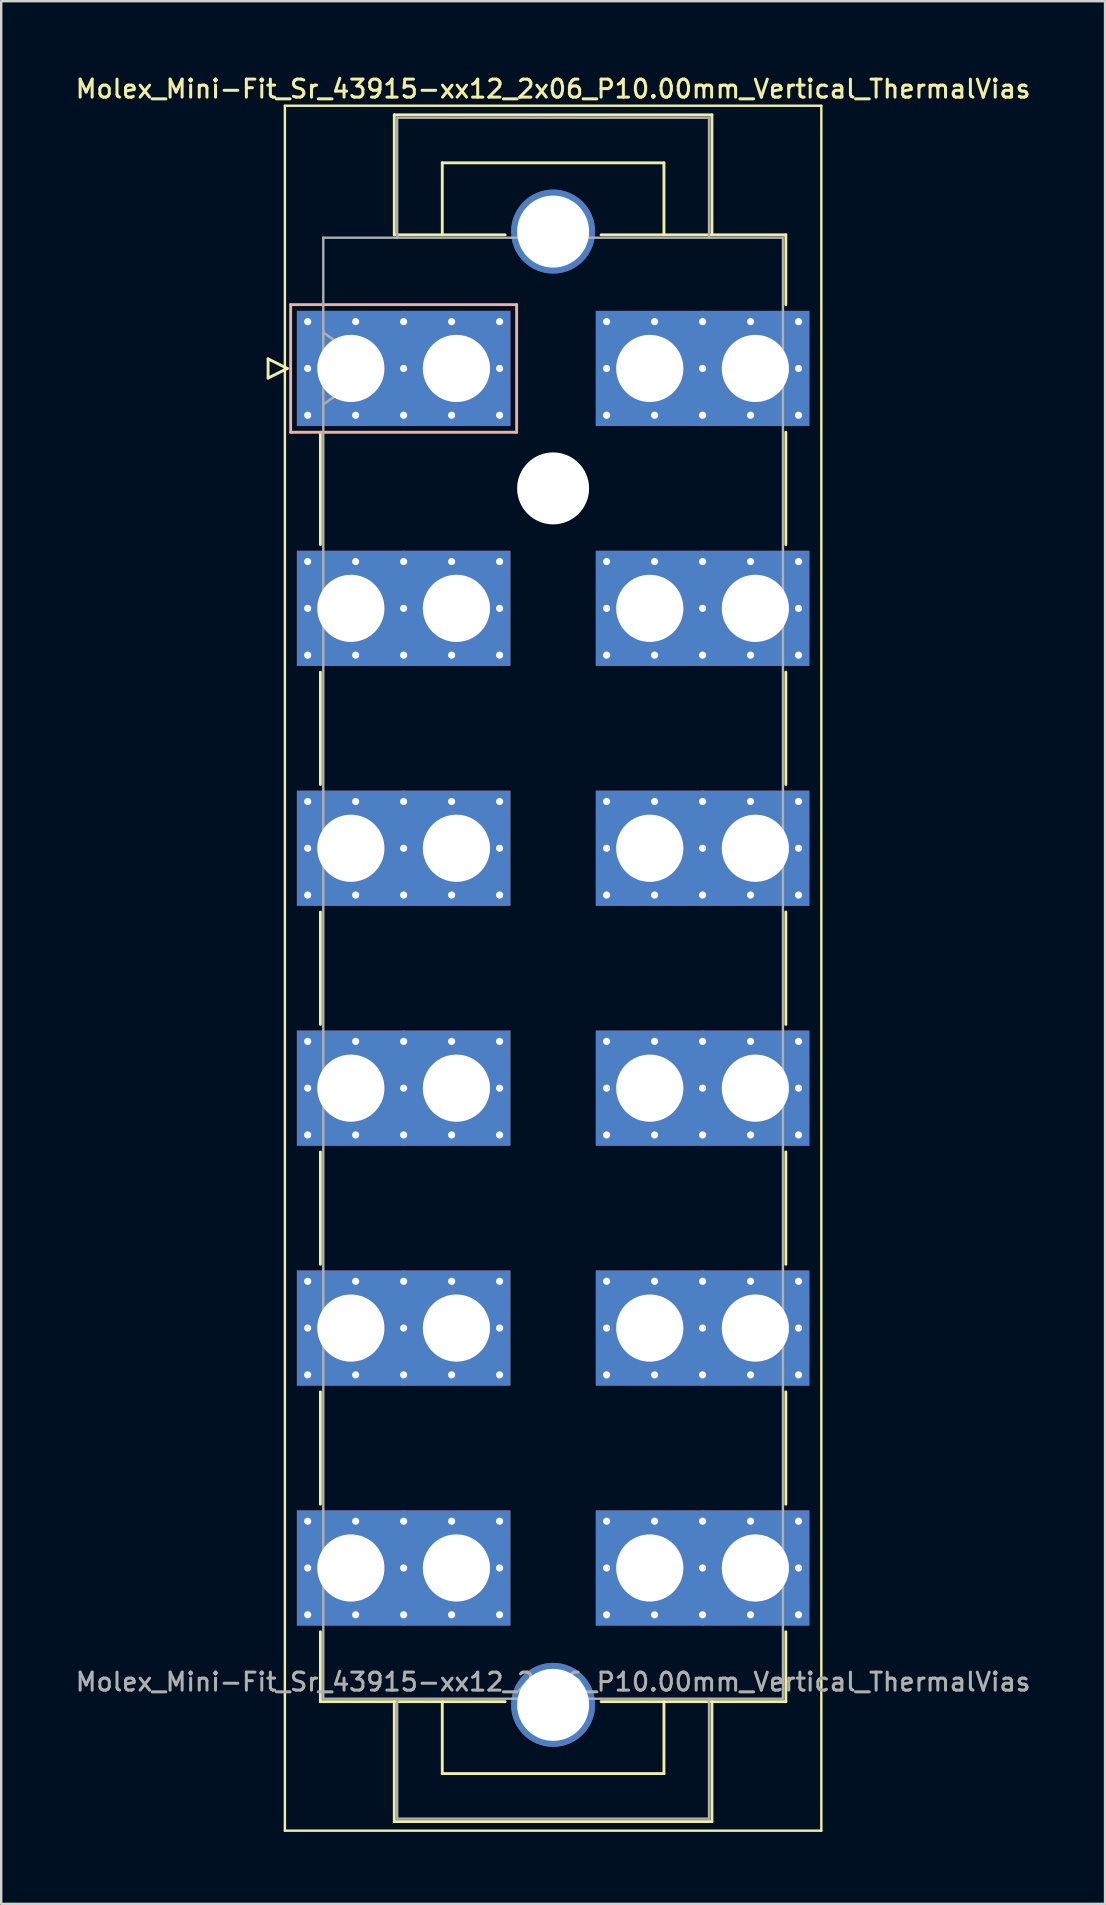
<source format=kicad_pcb>
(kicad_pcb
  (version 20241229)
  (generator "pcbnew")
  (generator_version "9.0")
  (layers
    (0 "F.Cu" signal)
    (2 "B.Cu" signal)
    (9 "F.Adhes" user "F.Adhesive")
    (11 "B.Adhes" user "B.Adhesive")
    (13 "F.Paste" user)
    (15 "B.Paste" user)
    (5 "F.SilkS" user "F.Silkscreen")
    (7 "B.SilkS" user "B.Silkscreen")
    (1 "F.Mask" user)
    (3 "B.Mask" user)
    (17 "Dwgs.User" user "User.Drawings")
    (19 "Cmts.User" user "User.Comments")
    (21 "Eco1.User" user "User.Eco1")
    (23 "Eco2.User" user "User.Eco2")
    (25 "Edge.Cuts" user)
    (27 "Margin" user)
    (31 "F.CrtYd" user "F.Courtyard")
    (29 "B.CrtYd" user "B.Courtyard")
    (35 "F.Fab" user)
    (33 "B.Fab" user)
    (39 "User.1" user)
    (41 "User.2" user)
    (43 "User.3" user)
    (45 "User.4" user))
  (footprint "Molex_Mini-Fit_Sr_43915-xx12_2x06_P10.00mm_Vertical_ThermalVias"
    (layer "F.Cu")
    (at 11.575 12.308)
    (property "Reference" "Molex_Mini-Fit_Sr_43915-xx12_2x06_P10.00mm_Vertical_ThermalVias" (at 8.43 -11.65 0) (layer "F.SilkS") (effects (font (size 0.75 0.75) (thickness 0.125))))
    (attr through_hole)
    (fp_line (start -3.45 -0.4) (end -3.45 0.4) (stroke (width 0.12) (type solid)) (layer "F.SilkS"))
    (fp_line (start -3.45 0.4) (end -2.65 0) (stroke (width 0.12) (type solid)) (layer "F.SilkS"))
    (fp_line (start -2.75 -10.95) (end -2.75 60.95) (stroke (width 0.1) (type solid)) (layer "F.SilkS"))
    (fp_line (start -2.75 60.95) (end 19.61 60.95) (stroke (width 0.1) (type solid)) (layer "F.SilkS"))
    (fp_line (start -2.65 0) (end -3.45 -0.4) (stroke (width 0.12) (type solid)) (layer "F.SilkS"))
    (fp_line (start -1.27 2.66) (end -1.27 7.34) (stroke (width 0.12) (type solid)) (layer "F.SilkS"))
    (fp_line (start -1.27 12.66) (end -1.27 17.34) (stroke (width 0.12) (type solid)) (layer "F.SilkS"))
    (fp_line (start -1.27 22.66) (end -1.27 27.34) (stroke (width 0.12) (type solid)) (layer "F.SilkS"))
    (fp_line (start -1.27 32.66) (end -1.27 37.34) (stroke (width 0.12) (type solid)) (layer "F.SilkS"))
    (fp_line (start -1.27 42.66) (end -1.27 47.34) (stroke (width 0.12) (type solid)) (layer "F.SilkS"))
    (fp_line (start -1.27 52.66) (end -1.27 55.57) (stroke (width 0.12) (type solid)) (layer "F.SilkS"))
    (fp_line (start -1.27 55.57) (end 6.43 55.57) (stroke (width 0.12) (type solid)) (layer "F.SilkS"))
    (fp_line (start 1.81 -10.57) (end 15.05 -10.57) (stroke (width 0.12) (type solid)) (layer "F.SilkS"))
    (fp_line (start 1.81 -5.57) (end 1.81 -10.57) (stroke (width 0.12) (type solid)) (layer "F.SilkS"))
    (fp_line (start 1.81 55.57) (end 1.81 60.57) (stroke (width 0.12) (type solid)) (layer "F.SilkS"))
    (fp_line (start 1.81 60.57) (end 15.05 60.57) (stroke (width 0.12) (type solid)) (layer "F.SilkS"))
    (fp_line (start 3.81 -8.57) (end 13.05 -8.57) (stroke (width 0.12) (type solid)) (layer "F.SilkS"))
    (fp_line (start 3.81 -5.57) (end 3.81 -8.57) (stroke (width 0.12) (type solid)) (layer "F.SilkS"))
    (fp_line (start 3.81 55.57) (end 3.81 58.57) (stroke (width 0.12) (type solid)) (layer "F.SilkS"))
    (fp_line (start 3.81 58.57) (end 13.05 58.57) (stroke (width 0.12) (type solid)) (layer "F.SilkS"))
    (fp_line (start 6.43 -5.57) (end 1.81 -5.57) (stroke (width 0.12) (type solid)) (layer "F.SilkS"))
    (fp_line (start 13.05 -8.57) (end 13.05 -5.57) (stroke (width 0.12) (type solid)) (layer "F.SilkS"))
    (fp_line (start 13.05 58.57) (end 13.05 55.57) (stroke (width 0.12) (type solid)) (layer "F.SilkS"))
    (fp_line (start 15.05 -10.57) (end 15.05 -5.57) (stroke (width 0.12) (type solid)) (layer "F.SilkS"))
    (fp_line (start 15.05 60.57) (end 15.05 55.57) (stroke (width 0.12) (type solid)) (layer "F.SilkS"))
    (fp_line (start 18.13 -5.57) (end 10.43 -5.57) (stroke (width 0.12) (type solid)) (layer "F.SilkS"))
    (fp_line (start 18.13 -2.66) (end 18.13 -5.57) (stroke (width 0.12) (type solid)) (layer "F.SilkS"))
    (fp_line (start 18.13 2.66) (end 18.13 7.34) (stroke (width 0.12) (type solid)) (layer "F.SilkS"))
    (fp_line (start 18.13 12.66) (end 18.13 17.34) (stroke (width 0.12) (type solid)) (layer "F.SilkS"))
    (fp_line (start 18.13 22.66) (end 18.13 27.34) (stroke (width 0.12) (type solid)) (layer "F.SilkS"))
    (fp_line (start 18.13 32.66) (end 18.13 37.34) (stroke (width 0.12) (type solid)) (layer "F.SilkS"))
    (fp_line (start 18.13 42.66) (end 18.13 47.34) (stroke (width 0.12) (type solid)) (layer "F.SilkS"))
    (fp_line (start 18.13 52.66) (end 18.13 55.57) (stroke (width 0.12) (type solid)) (layer "F.SilkS"))
    (fp_line (start 18.13 55.57) (end 10.43 55.57) (stroke (width 0.12) (type solid)) (layer "F.SilkS"))
    (fp_line (start 19.61 -10.95) (end -2.75 -10.95) (stroke (width 0.1) (type solid)) (layer "F.SilkS"))
    (fp_line (start 19.61 60.95) (end 19.61 -10.95) (stroke (width 0.1) (type solid)) (layer "F.SilkS"))
    (fp_line (start -2.51 -2.66) (end -2.51 2.66) (stroke (width 0.12) (type solid)) (layer "B.SilkS"))
    (fp_line (start -2.51 2.66) (end 6.91 2.66) (stroke (width 0.12) (type solid)) (layer "B.SilkS"))
    (fp_line (start 6.91 -2.66) (end -2.51 -2.66) (stroke (width 0.12) (type solid)) (layer "B.SilkS"))
    (fp_line (start 6.91 2.66) (end 6.91 -2.66) (stroke (width 0.12) (type solid)) (layer "B.SilkS"))
    (fp_line (start -1.15 -5.45) (end -1.15 55.45) (stroke (width 0.1) (type solid)) (layer "F.Fab"))
    (fp_line (start -1.15 -1.5) (end 0.971 0) (stroke (width 0.1) (type solid)) (layer "F.Fab"))
    (fp_line (start -1.15 55.45) (end 18.01 55.45) (stroke (width 0.1) (type solid)) (layer "F.Fab"))
    (fp_line (start 0.971 0) (end -1.15 1.5) (stroke (width 0.1) (type solid)) (layer "F.Fab"))
    (fp_line (start 1.93 -10.45) (end 14.93 -10.45) (stroke (width 0.1) (type solid)) (layer "F.Fab"))
    (fp_line (start 1.93 -5.45) (end 1.93 -10.45) (stroke (width 0.1) (type solid)) (layer "F.Fab"))
    (fp_line (start 1.93 55.45) (end 1.93 60.45) (stroke (width 0.1) (type solid)) (layer "F.Fab"))
    (fp_line (start 1.93 60.45) (end 14.93 60.45) (stroke (width 0.1) (type solid)) (layer "F.Fab"))
    (fp_line (start 14.93 -10.45) (end 14.93 -5.45) (stroke (width 0.1) (type solid)) (layer "F.Fab"))
    (fp_line (start 14.93 60.45) (end 14.93 55.45) (stroke (width 0.1) (type solid)) (layer "F.Fab"))
    (fp_line (start 18.01 -5.45) (end -1.15 -5.45) (stroke (width 0.1) (type solid)) (layer "F.Fab"))
    (fp_line (start 18.01 55.45) (end 18.01 -5.45) (stroke (width 0.1) (type solid)) (layer "F.Fab"))
    (fp_text user "${REFERENCE}" (at 8.43 54.75 0) (layer "F.Fab") (effects (font (size 0.75 0.75) (thickness 0.125))))
    (pad "" thru_hole circle (at 8.43 -5.705) (size 3.5 3.5) (drill 3) (layers "*.Cu" "*.Mask"))
    (pad "" np_thru_hole circle (at 8.43 5) (size 3 3) (drill 3) (layers "*.Cu" "*.Mask"))
    (pad "" thru_hole circle (at 8.43 55.705) (size 3.5 3.5) (drill 3) (layers "*.Cu" "*.Mask"))
    (pad "1" thru_hole roundrect (at -1.8 -1.95) (size 0.6 0.6) (drill 0.3) (layers "*.Cu" "*.Mask") (roundrect_rratio 0.25))
    (pad "1" thru_hole roundrect (at -1.8 0) (size 0.6 0.6) (drill 0.3) (layers "*.Cu" "*.Mask") (roundrect_rratio 0.25))
    (pad "1" thru_hole roundrect (at -1.8 1.95) (size 0.6 0.6) (drill 0.3) (layers "*.Cu" "*.Mask") (roundrect_rratio 0.25))
    (pad "1" thru_hole rect (at 0 0) (size 4.5 4.8) (drill 2.8) (layers "*.Cu" "*.Mask"))
    (pad "1" thru_hole roundrect (at 0.2 -1.95) (size 0.6 0.6) (drill 0.3) (layers "*.Cu" "*.Mask") (roundrect_rratio 0.25))
    (pad "1" thru_hole roundrect (at 0.2 1.95) (size 0.6 0.6) (drill 0.3) (layers "*.Cu" "*.Mask") (roundrect_rratio 0.25))
    (pad "1" thru_hole roundrect (at 2.2 -1.95) (size 0.6 0.6) (drill 0.3) (layers "*.Cu" "*.Mask") (roundrect_rratio 0.25))
    (pad "1" thru_hole roundrect (at 2.2 0) (size 0.6 0.6) (drill 0.3) (layers "*.Cu" "*.Mask") (roundrect_rratio 0.25))
    (pad "1" thru_hole roundrect (at 2.2 1.95) (size 0.6 0.6) (drill 0.3) (layers "*.Cu" "*.Mask") (roundrect_rratio 0.25))
    (pad "1" thru_hole roundrect (at 4.2 -1.95) (size 0.6 0.6) (drill 0.3) (layers "*.Cu" "*.Mask") (roundrect_rratio 0.25))
    (pad "1" thru_hole roundrect (at 4.2 1.95) (size 0.6 0.6) (drill 0.3) (layers "*.Cu" "*.Mask") (roundrect_rratio 0.25))
    (pad "1" thru_hole rect (at 4.4 0) (size 4.5 4.8) (drill 2.8) (layers "*.Cu" "*.Mask"))
    (pad "1" thru_hole roundrect (at 6.2 -1.95) (size 0.6 0.6) (drill 0.3) (layers "*.Cu" "*.Mask") (roundrect_rratio 0.25))
    (pad "1" thru_hole roundrect (at 6.2 0) (size 0.6 0.6) (drill 0.3) (layers "*.Cu" "*.Mask") (roundrect_rratio 0.25))
    (pad "1" thru_hole roundrect (at 6.2 1.95) (size 0.6 0.6) (drill 0.3) (layers "*.Cu" "*.Mask") (roundrect_rratio 0.25))
    (pad "2" thru_hole circle (at -1.8 8.05) (size 0.6 0.6) (drill 0.3) (layers "*.Cu" "*.Mask"))
    (pad "2" thru_hole circle (at -1.8 10) (size 0.6 0.6) (drill 0.3) (layers "*.Cu" "*.Mask"))
    (pad "2" thru_hole circle (at -1.8 11.95) (size 0.6 0.6) (drill 0.3) (layers "*.Cu" "*.Mask"))
    (pad "2" thru_hole rect (at 0 10) (size 4.5 4.8) (drill 2.8) (layers "*.Cu" "*.Mask"))
    (pad "2" thru_hole circle (at 0.2 8.05) (size 0.6 0.6) (drill 0.3) (layers "*.Cu" "*.Mask"))
    (pad "2" thru_hole circle (at 0.2 11.95) (size 0.6 0.6) (drill 0.3) (layers "*.Cu" "*.Mask"))
    (pad "2" thru_hole circle (at 2.2 8.05) (size 0.6 0.6) (drill 0.3) (layers "*.Cu" "*.Mask"))
    (pad "2" thru_hole circle (at 2.2 10) (size 0.6 0.6) (drill 0.3) (layers "*.Cu" "*.Mask"))
    (pad "2" thru_hole circle (at 2.2 11.95) (size 0.6 0.6) (drill 0.3) (layers "*.Cu" "*.Mask"))
    (pad "2" thru_hole circle (at 4.2 8.05) (size 0.6 0.6) (drill 0.3) (layers "*.Cu" "*.Mask"))
    (pad "2" thru_hole circle (at 4.2 11.95) (size 0.6 0.6) (drill 0.3) (layers "*.Cu" "*.Mask"))
    (pad "2" thru_hole rect (at 4.4 10) (size 4.5 4.8) (drill 2.8) (layers "*.Cu" "*.Mask"))
    (pad "2" thru_hole circle (at 6.2 8.05) (size 0.6 0.6) (drill 0.3) (layers "*.Cu" "*.Mask"))
    (pad "2" thru_hole circle (at 6.2 10) (size 0.6 0.6) (drill 0.3) (layers "*.Cu" "*.Mask"))
    (pad "2" thru_hole circle (at 6.2 11.95) (size 0.6 0.6) (drill 0.3) (layers "*.Cu" "*.Mask"))
    (pad "3" thru_hole circle (at -1.8 18.05) (size 0.6 0.6) (drill 0.3) (layers "*.Cu" "*.Mask"))
    (pad "3" thru_hole circle (at -1.8 20) (size 0.6 0.6) (drill 0.3) (layers "*.Cu" "*.Mask"))
    (pad "3" thru_hole circle (at -1.8 21.95) (size 0.6 0.6) (drill 0.3) (layers "*.Cu" "*.Mask"))
    (pad "3" thru_hole rect (at 0 20) (size 4.5 4.8) (drill 2.8) (layers "*.Cu" "*.Mask"))
    (pad "3" thru_hole circle (at 0.2 18.05) (size 0.6 0.6) (drill 0.3) (layers "*.Cu" "*.Mask"))
    (pad "3" thru_hole circle (at 0.2 21.95) (size 0.6 0.6) (drill 0.3) (layers "*.Cu" "*.Mask"))
    (pad "3" thru_hole circle (at 2.2 18.05) (size 0.6 0.6) (drill 0.3) (layers "*.Cu" "*.Mask"))
    (pad "3" thru_hole circle (at 2.2 20) (size 0.6 0.6) (drill 0.3) (layers "*.Cu" "*.Mask"))
    (pad "3" thru_hole circle (at 2.2 21.95) (size 0.6 0.6) (drill 0.3) (layers "*.Cu" "*.Mask"))
    (pad "3" thru_hole circle (at 4.2 18.05) (size 0.6 0.6) (drill 0.3) (layers "*.Cu" "*.Mask"))
    (pad "3" thru_hole circle (at 4.2 21.95) (size 0.6 0.6) (drill 0.3) (layers "*.Cu" "*.Mask"))
    (pad "3" thru_hole rect (at 4.4 20) (size 4.5 4.8) (drill 2.8) (layers "*.Cu" "*.Mask"))
    (pad "3" thru_hole circle (at 6.2 18.05) (size 0.6 0.6) (drill 0.3) (layers "*.Cu" "*.Mask"))
    (pad "3" thru_hole circle (at 6.2 20) (size 0.6 0.6) (drill 0.3) (layers "*.Cu" "*.Mask"))
    (pad "3" thru_hole circle (at 6.2 21.95) (size 0.6 0.6) (drill 0.3) (layers "*.Cu" "*.Mask"))
    (pad "4" thru_hole circle (at -1.8 28.05) (size 0.6 0.6) (drill 0.3) (layers "*.Cu" "*.Mask"))
    (pad "4" thru_hole circle (at -1.8 30) (size 0.6 0.6) (drill 0.3) (layers "*.Cu" "*.Mask"))
    (pad "4" thru_hole circle (at -1.8 31.95) (size 0.6 0.6) (drill 0.3) (layers "*.Cu" "*.Mask"))
    (pad "4" thru_hole rect (at 0 30) (size 4.5 4.8) (drill 2.8) (layers "*.Cu" "*.Mask"))
    (pad "4" thru_hole circle (at 0.2 28.05) (size 0.6 0.6) (drill 0.3) (layers "*.Cu" "*.Mask"))
    (pad "4" thru_hole circle (at 0.2 31.95) (size 0.6 0.6) (drill 0.3) (layers "*.Cu" "*.Mask"))
    (pad "4" thru_hole circle (at 2.2 28.05) (size 0.6 0.6) (drill 0.3) (layers "*.Cu" "*.Mask"))
    (pad "4" thru_hole circle (at 2.2 30) (size 0.6 0.6) (drill 0.3) (layers "*.Cu" "*.Mask"))
    (pad "4" thru_hole circle (at 2.2 31.95) (size 0.6 0.6) (drill 0.3) (layers "*.Cu" "*.Mask"))
    (pad "4" thru_hole circle (at 4.2 28.05) (size 0.6 0.6) (drill 0.3) (layers "*.Cu" "*.Mask"))
    (pad "4" thru_hole circle (at 4.2 31.95) (size 0.6 0.6) (drill 0.3) (layers "*.Cu" "*.Mask"))
    (pad "4" thru_hole rect (at 4.4 30) (size 4.5 4.8) (drill 2.8) (layers "*.Cu" "*.Mask"))
    (pad "4" thru_hole circle (at 6.2 28.05) (size 0.6 0.6) (drill 0.3) (layers "*.Cu" "*.Mask"))
    (pad "4" thru_hole circle (at 6.2 30) (size 0.6 0.6) (drill 0.3) (layers "*.Cu" "*.Mask"))
    (pad "4" thru_hole circle (at 6.2 31.95) (size 0.6 0.6) (drill 0.3) (layers "*.Cu" "*.Mask"))
    (pad "5" thru_hole circle (at -1.8 38.05) (size 0.6 0.6) (drill 0.3) (layers "*.Cu" "*.Mask"))
    (pad "5" thru_hole circle (at -1.8 40) (size 0.6 0.6) (drill 0.3) (layers "*.Cu" "*.Mask"))
    (pad "5" thru_hole circle (at -1.8 41.95) (size 0.6 0.6) (drill 0.3) (layers "*.Cu" "*.Mask"))
    (pad "5" thru_hole rect (at 0 40) (size 4.5 4.8) (drill 2.8) (layers "*.Cu" "*.Mask"))
    (pad "5" thru_hole circle (at 0.2 38.05) (size 0.6 0.6) (drill 0.3) (layers "*.Cu" "*.Mask"))
    (pad "5" thru_hole circle (at 0.2 41.95) (size 0.6 0.6) (drill 0.3) (layers "*.Cu" "*.Mask"))
    (pad "5" thru_hole circle (at 2.2 38.05) (size 0.6 0.6) (drill 0.3) (layers "*.Cu" "*.Mask"))
    (pad "5" thru_hole circle (at 2.2 40) (size 0.6 0.6) (drill 0.3) (layers "*.Cu" "*.Mask"))
    (pad "5" thru_hole circle (at 2.2 41.95) (size 0.6 0.6) (drill 0.3) (layers "*.Cu" "*.Mask"))
    (pad "5" thru_hole circle (at 4.2 38.05) (size 0.6 0.6) (drill 0.3) (layers "*.Cu" "*.Mask"))
    (pad "5" thru_hole circle (at 4.2 41.95) (size 0.6 0.6) (drill 0.3) (layers "*.Cu" "*.Mask"))
    (pad "5" thru_hole rect (at 4.4 40) (size 4.5 4.8) (drill 2.8) (layers "*.Cu" "*.Mask"))
    (pad "5" thru_hole circle (at 6.2 38.05) (size 0.6 0.6) (drill 0.3) (layers "*.Cu" "*.Mask"))
    (pad "5" thru_hole circle (at 6.2 40) (size 0.6 0.6) (drill 0.3) (layers "*.Cu" "*.Mask"))
    (pad "5" thru_hole circle (at 6.2 41.95) (size 0.6 0.6) (drill 0.3) (layers "*.Cu" "*.Mask"))
    (pad "6" thru_hole circle (at -1.8 48.05) (size 0.6 0.6) (drill 0.3) (layers "*.Cu" "*.Mask"))
    (pad "6" thru_hole circle (at -1.8 50) (size 0.6 0.6) (drill 0.3) (layers "*.Cu" "*.Mask"))
    (pad "6" thru_hole circle (at -1.8 51.95) (size 0.6 0.6) (drill 0.3) (layers "*.Cu" "*.Mask"))
    (pad "6" thru_hole rect (at 0 50) (size 4.5 4.8) (drill 2.8) (layers "*.Cu" "*.Mask"))
    (pad "6" thru_hole circle (at 0.2 48.05) (size 0.6 0.6) (drill 0.3) (layers "*.Cu" "*.Mask"))
    (pad "6" thru_hole circle (at 0.2 51.95) (size 0.6 0.6) (drill 0.3) (layers "*.Cu" "*.Mask"))
    (pad "6" thru_hole circle (at 2.2 48.05) (size 0.6 0.6) (drill 0.3) (layers "*.Cu" "*.Mask"))
    (pad "6" thru_hole circle (at 2.2 50) (size 0.6 0.6) (drill 0.3) (layers "*.Cu" "*.Mask"))
    (pad "6" thru_hole circle (at 2.2 51.95) (size 0.6 0.6) (drill 0.3) (layers "*.Cu" "*.Mask"))
    (pad "6" thru_hole circle (at 4.2 48.05) (size 0.6 0.6) (drill 0.3) (layers "*.Cu" "*.Mask"))
    (pad "6" thru_hole circle (at 4.2 51.95) (size 0.6 0.6) (drill 0.3) (layers "*.Cu" "*.Mask"))
    (pad "6" thru_hole rect (at 4.4 50) (size 4.5 4.8) (drill 2.8) (layers "*.Cu" "*.Mask"))
    (pad "6" thru_hole circle (at 6.2 48.05) (size 0.6 0.6) (drill 0.3) (layers "*.Cu" "*.Mask"))
    (pad "6" thru_hole circle (at 6.2 50) (size 0.6 0.6) (drill 0.3) (layers "*.Cu" "*.Mask"))
    (pad "6" thru_hole circle (at 6.2 51.95) (size 0.6 0.6) (drill 0.3) (layers "*.Cu" "*.Mask"))
    (pad "7" thru_hole circle (at 10.66 -1.95) (size 0.6 0.6) (drill 0.3) (layers "*.Cu" "*.Mask"))
    (pad "7" thru_hole circle (at 10.66 0) (size 0.6 0.6) (drill 0.3) (layers "*.Cu" "*.Mask"))
    (pad "7" thru_hole circle (at 10.66 1.95) (size 0.6 0.6) (drill 0.3) (layers "*.Cu" "*.Mask"))
    (pad "7" thru_hole rect (at 12.46 0) (size 4.5 4.8) (drill 2.8) (layers "*.Cu" "*.Mask"))
    (pad "7" thru_hole circle (at 12.66 -1.95) (size 0.6 0.6) (drill 0.3) (layers "*.Cu" "*.Mask"))
    (pad "7" thru_hole circle (at 12.66 1.95) (size 0.6 0.6) (drill 0.3) (layers "*.Cu" "*.Mask"))
    (pad "7" thru_hole circle (at 14.66 -1.95) (size 0.6 0.6) (drill 0.3) (layers "*.Cu" "*.Mask"))
    (pad "7" thru_hole circle (at 14.66 0) (size 0.6 0.6) (drill 0.3) (layers "*.Cu" "*.Mask"))
    (pad "7" thru_hole circle (at 14.66 1.95) (size 0.6 0.6) (drill 0.3) (layers "*.Cu" "*.Mask"))
    (pad "7" thru_hole circle (at 16.66 -1.95) (size 0.6 0.6) (drill 0.3) (layers "*.Cu" "*.Mask"))
    (pad "7" thru_hole circle (at 16.66 1.95) (size 0.6 0.6) (drill 0.3) (layers "*.Cu" "*.Mask"))
    (pad "7" thru_hole rect (at 16.86 0) (size 4.5 4.8) (drill 2.8) (layers "*.Cu" "*.Mask"))
    (pad "7" thru_hole circle (at 18.66 -1.95) (size 0.6 0.6) (drill 0.3) (layers "*.Cu" "*.Mask"))
    (pad "7" thru_hole circle (at 18.66 0) (size 0.6 0.6) (drill 0.3) (layers "*.Cu" "*.Mask"))
    (pad "7" thru_hole circle (at 18.66 1.95) (size 0.6 0.6) (drill 0.3) (layers "*.Cu" "*.Mask"))
    (pad "8" thru_hole circle (at 10.66 8.05) (size 0.6 0.6) (drill 0.3) (layers "*.Cu" "*.Mask"))
    (pad "8" thru_hole circle (at 10.66 10) (size 0.6 0.6) (drill 0.3) (layers "*.Cu" "*.Mask"))
    (pad "8" thru_hole circle (at 10.66 11.95) (size 0.6 0.6) (drill 0.3) (layers "*.Cu" "*.Mask"))
    (pad "8" thru_hole rect (at 12.46 10) (size 4.5 4.8) (drill 2.8) (layers "*.Cu" "*.Mask"))
    (pad "8" thru_hole circle (at 12.66 8.05) (size 0.6 0.6) (drill 0.3) (layers "*.Cu" "*.Mask"))
    (pad "8" thru_hole circle (at 12.66 11.95) (size 0.6 0.6) (drill 0.3) (layers "*.Cu" "*.Mask"))
    (pad "8" thru_hole circle (at 14.66 8.05) (size 0.6 0.6) (drill 0.3) (layers "*.Cu" "*.Mask"))
    (pad "8" thru_hole circle (at 14.66 10) (size 0.6 0.6) (drill 0.3) (layers "*.Cu" "*.Mask"))
    (pad "8" thru_hole circle (at 14.66 11.95) (size 0.6 0.6) (drill 0.3) (layers "*.Cu" "*.Mask"))
    (pad "8" thru_hole circle (at 16.66 8.05) (size 0.6 0.6) (drill 0.3) (layers "*.Cu" "*.Mask"))
    (pad "8" thru_hole circle (at 16.66 11.95) (size 0.6 0.6) (drill 0.3) (layers "*.Cu" "*.Mask"))
    (pad "8" thru_hole rect (at 16.86 10) (size 4.5 4.8) (drill 2.8) (layers "*.Cu" "*.Mask"))
    (pad "8" thru_hole circle (at 18.66 8.05) (size 0.6 0.6) (drill 0.3) (layers "*.Cu" "*.Mask"))
    (pad "8" thru_hole circle (at 18.66 10) (size 0.6 0.6) (drill 0.3) (layers "*.Cu" "*.Mask"))
    (pad "8" thru_hole circle (at 18.66 11.95) (size 0.6 0.6) (drill 0.3) (layers "*.Cu" "*.Mask"))
    (pad "9" thru_hole circle (at 10.66 18.05) (size 0.6 0.6) (drill 0.3) (layers "*.Cu" "*.Mask"))
    (pad "9" thru_hole circle (at 10.66 20) (size 0.6 0.6) (drill 0.3) (layers "*.Cu" "*.Mask"))
    (pad "9" thru_hole circle (at 10.66 21.95) (size 0.6 0.6) (drill 0.3) (layers "*.Cu" "*.Mask"))
    (pad "9" thru_hole rect (at 12.46 20) (size 4.5 4.8) (drill 2.8) (layers "*.Cu" "*.Mask"))
    (pad "9" thru_hole circle (at 12.66 18.05) (size 0.6 0.6) (drill 0.3) (layers "*.Cu" "*.Mask"))
    (pad "9" thru_hole circle (at 12.66 21.95) (size 0.6 0.6) (drill 0.3) (layers "*.Cu" "*.Mask"))
    (pad "9" thru_hole circle (at 14.66 18.05) (size 0.6 0.6) (drill 0.3) (layers "*.Cu" "*.Mask"))
    (pad "9" thru_hole circle (at 14.66 20) (size 0.6 0.6) (drill 0.3) (layers "*.Cu" "*.Mask"))
    (pad "9" thru_hole circle (at 14.66 21.95) (size 0.6 0.6) (drill 0.3) (layers "*.Cu" "*.Mask"))
    (pad "9" thru_hole circle (at 16.66 18.05) (size 0.6 0.6) (drill 0.3) (layers "*.Cu" "*.Mask"))
    (pad "9" thru_hole circle (at 16.66 21.95) (size 0.6 0.6) (drill 0.3) (layers "*.Cu" "*.Mask"))
    (pad "9" thru_hole rect (at 16.86 20) (size 4.5 4.8) (drill 2.8) (layers "*.Cu" "*.Mask"))
    (pad "9" thru_hole circle (at 18.66 18.05) (size 0.6 0.6) (drill 0.3) (layers "*.Cu" "*.Mask"))
    (pad "9" thru_hole circle (at 18.66 20) (size 0.6 0.6) (drill 0.3) (layers "*.Cu" "*.Mask"))
    (pad "9" thru_hole circle (at 18.66 21.95) (size 0.6 0.6) (drill 0.3) (layers "*.Cu" "*.Mask"))
    (pad "10" thru_hole circle (at 10.66 28.05) (size 0.6 0.6) (drill 0.3) (layers "*.Cu" "*.Mask"))
    (pad "10" thru_hole circle (at 10.66 30) (size 0.6 0.6) (drill 0.3) (layers "*.Cu" "*.Mask"))
    (pad "10" thru_hole circle (at 10.66 31.95) (size 0.6 0.6) (drill 0.3) (layers "*.Cu" "*.Mask"))
    (pad "10" thru_hole rect (at 12.46 30) (size 4.5 4.8) (drill 2.8) (layers "*.Cu" "*.Mask"))
    (pad "10" thru_hole circle (at 12.66 28.05) (size 0.6 0.6) (drill 0.3) (layers "*.Cu" "*.Mask"))
    (pad "10" thru_hole circle (at 12.66 31.95) (size 0.6 0.6) (drill 0.3) (layers "*.Cu" "*.Mask"))
    (pad "10" thru_hole circle (at 14.66 28.05) (size 0.6 0.6) (drill 0.3) (layers "*.Cu" "*.Mask"))
    (pad "10" thru_hole circle (at 14.66 30) (size 0.6 0.6) (drill 0.3) (layers "*.Cu" "*.Mask"))
    (pad "10" thru_hole circle (at 14.66 31.95) (size 0.6 0.6) (drill 0.3) (layers "*.Cu" "*.Mask"))
    (pad "10" thru_hole circle (at 16.66 28.05) (size 0.6 0.6) (drill 0.3) (layers "*.Cu" "*.Mask"))
    (pad "10" thru_hole circle (at 16.66 31.95) (size 0.6 0.6) (drill 0.3) (layers "*.Cu" "*.Mask"))
    (pad "10" thru_hole rect (at 16.86 30) (size 4.5 4.8) (drill 2.8) (layers "*.Cu" "*.Mask"))
    (pad "10" thru_hole circle (at 18.66 28.05) (size 0.6 0.6) (drill 0.3) (layers "*.Cu" "*.Mask"))
    (pad "10" thru_hole circle (at 18.66 30) (size 0.6 0.6) (drill 0.3) (layers "*.Cu" "*.Mask"))
    (pad "10" thru_hole circle (at 18.66 31.95) (size 0.6 0.6) (drill 0.3) (layers "*.Cu" "*.Mask"))
    (pad "11" thru_hole circle (at 10.66 38.05) (size 0.6 0.6) (drill 0.3) (layers "*.Cu" "*.Mask"))
    (pad "11" thru_hole circle (at 10.66 40) (size 0.6 0.6) (drill 0.3) (layers "*.Cu" "*.Mask"))
    (pad "11" thru_hole circle (at 10.66 41.95) (size 0.6 0.6) (drill 0.3) (layers "*.Cu" "*.Mask"))
    (pad "11" thru_hole rect (at 12.46 40) (size 4.5 4.8) (drill 2.8) (layers "*.Cu" "*.Mask"))
    (pad "11" thru_hole circle (at 12.66 38.05) (size 0.6 0.6) (drill 0.3) (layers "*.Cu" "*.Mask"))
    (pad "11" thru_hole circle (at 12.66 41.95) (size 0.6 0.6) (drill 0.3) (layers "*.Cu" "*.Mask"))
    (pad "11" thru_hole circle (at 14.66 38.05) (size 0.6 0.6) (drill 0.3) (layers "*.Cu" "*.Mask"))
    (pad "11" thru_hole circle (at 14.66 40) (size 0.6 0.6) (drill 0.3) (layers "*.Cu" "*.Mask"))
    (pad "11" thru_hole circle (at 14.66 41.95) (size 0.6 0.6) (drill 0.3) (layers "*.Cu" "*.Mask"))
    (pad "11" thru_hole circle (at 16.66 38.05) (size 0.6 0.6) (drill 0.3) (layers "*.Cu" "*.Mask"))
    (pad "11" thru_hole circle (at 16.66 41.95) (size 0.6 0.6) (drill 0.3) (layers "*.Cu" "*.Mask"))
    (pad "11" thru_hole rect (at 16.86 40) (size 4.5 4.8) (drill 2.8) (layers "*.Cu" "*.Mask"))
    (pad "11" thru_hole circle (at 18.66 38.05) (size 0.6 0.6) (drill 0.3) (layers "*.Cu" "*.Mask"))
    (pad "11" thru_hole circle (at 18.66 40) (size 0.6 0.6) (drill 0.3) (layers "*.Cu" "*.Mask"))
    (pad "11" thru_hole circle (at 18.66 41.95) (size 0.6 0.6) (drill 0.3) (layers "*.Cu" "*.Mask"))
    (pad "12" thru_hole circle (at 10.66 48.05) (size 0.6 0.6) (drill 0.3) (layers "*.Cu" "*.Mask"))
    (pad "12" thru_hole circle (at 10.66 50) (size 0.6 0.6) (drill 0.3) (layers "*.Cu" "*.Mask"))
    (pad "12" thru_hole circle (at 10.66 51.95) (size 0.6 0.6) (drill 0.3) (layers "*.Cu" "*.Mask"))
    (pad "12" thru_hole rect (at 12.46 50) (size 4.5 4.8) (drill 2.8) (layers "*.Cu" "*.Mask"))
    (pad "12" thru_hole circle (at 12.66 48.05) (size 0.6 0.6) (drill 0.3) (layers "*.Cu" "*.Mask"))
    (pad "12" thru_hole circle (at 12.66 51.95) (size 0.6 0.6) (drill 0.3) (layers "*.Cu" "*.Mask"))
    (pad "12" thru_hole circle (at 14.66 48.05) (size 0.6 0.6) (drill 0.3) (layers "*.Cu" "*.Mask"))
    (pad "12" thru_hole circle (at 14.66 50) (size 0.6 0.6) (drill 0.3) (layers "*.Cu" "*.Mask"))
    (pad "12" thru_hole circle (at 14.66 51.95) (size 0.6 0.6) (drill 0.3) (layers "*.Cu" "*.Mask"))
    (pad "12" thru_hole circle (at 16.66 48.05) (size 0.6 0.6) (drill 0.3) (layers "*.Cu" "*.Mask"))
    (pad "12" thru_hole circle (at 16.66 51.95) (size 0.6 0.6) (drill 0.3) (layers "*.Cu" "*.Mask"))
    (pad "12" thru_hole rect (at 16.86 50) (size 4.5 4.8) (drill 2.8) (layers "*.Cu" "*.Mask"))
    (pad "12" thru_hole circle (at 18.66 48.05) (size 0.6 0.6) (drill 0.3) (layers "*.Cu" "*.Mask"))
    (pad "12" thru_hole circle (at 18.66 50) (size 0.6 0.6) (drill 0.3) (layers "*.Cu" "*.Mask"))
    (pad "12" thru_hole circle (at 18.66 51.95) (size 0.6 0.6) (drill 0.3) (layers "*.Cu" "*.Mask")))
  (gr_rect
    (start -3 -3)
    (end 43.011 76.308)
    (stroke (width 0.1) (type default))
    (fill no)
    (layer "Edge.Cuts")))
</source>
